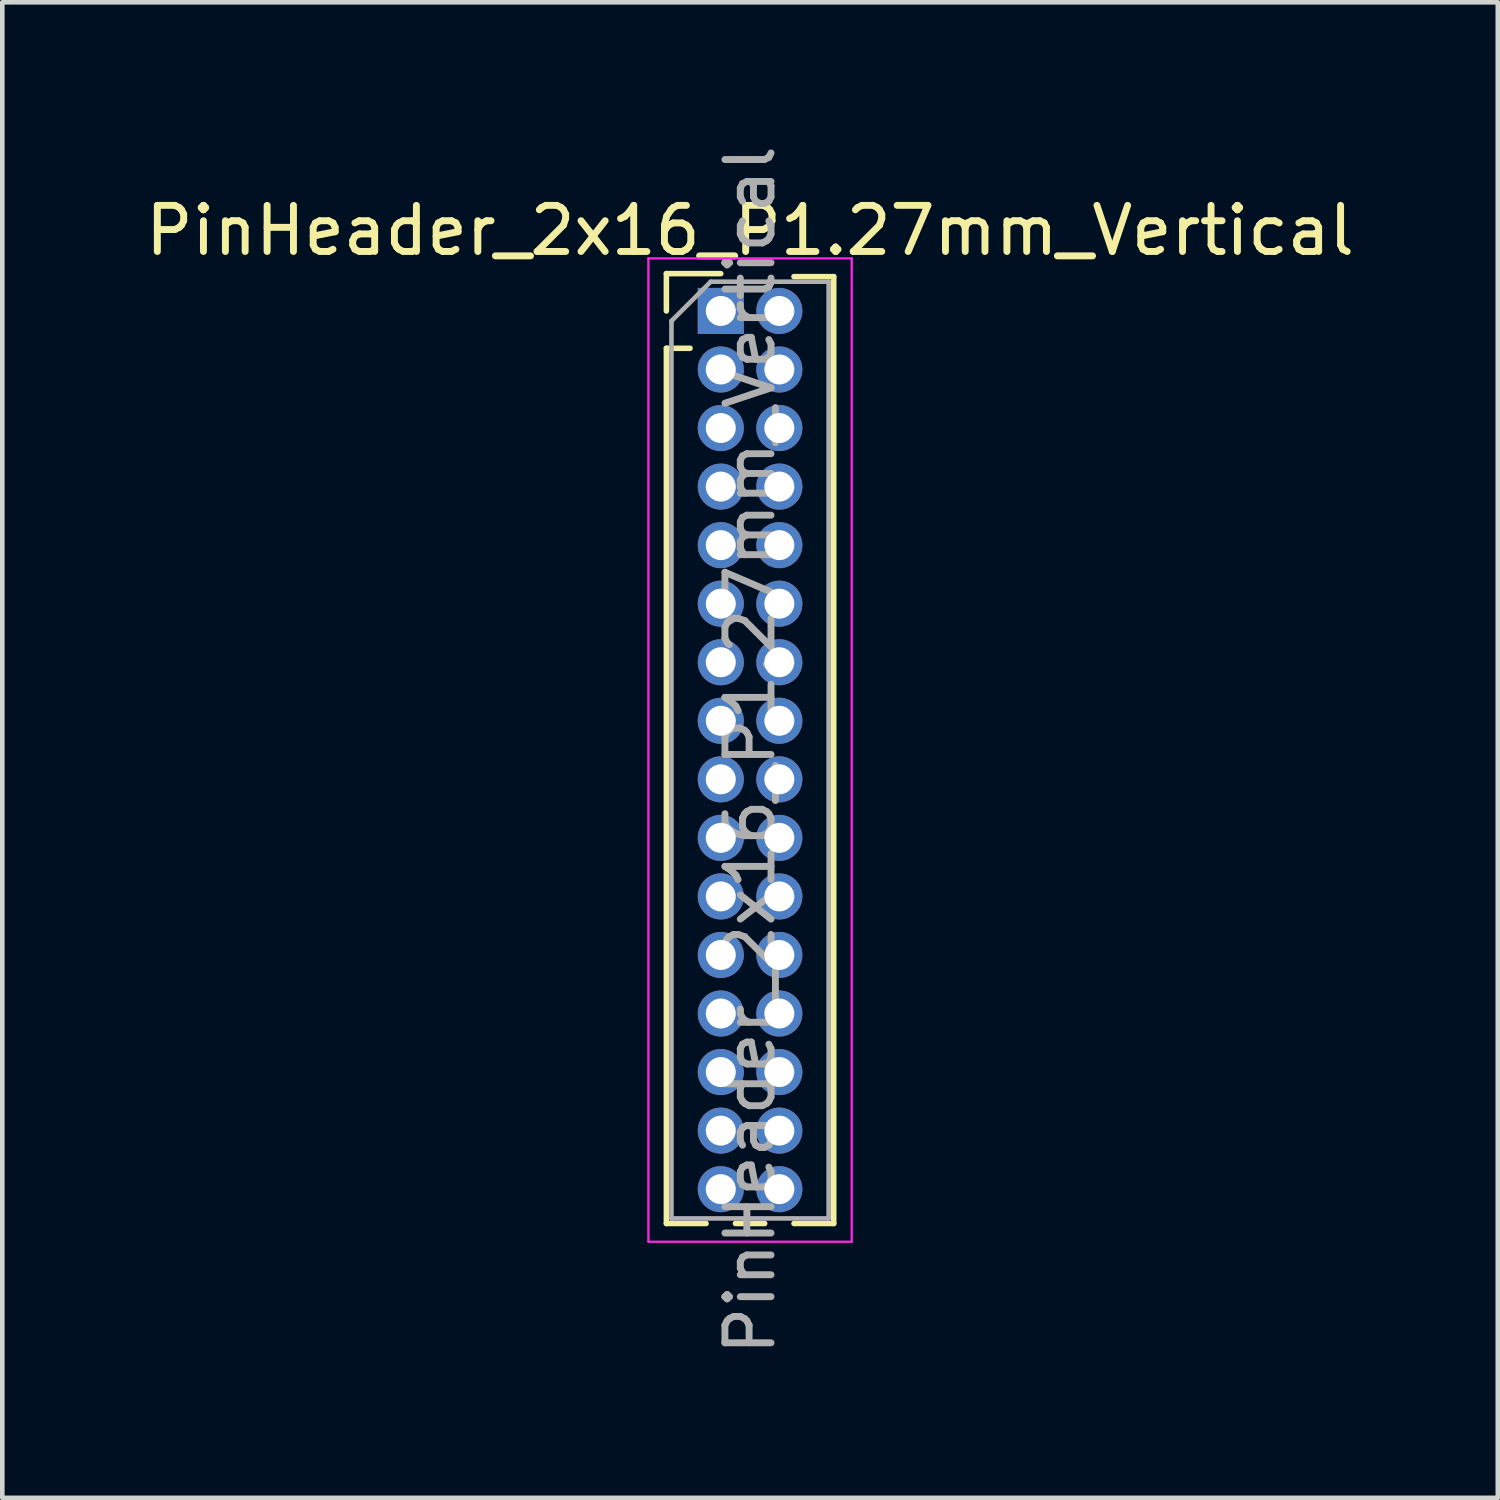
<source format=kicad_pcb>
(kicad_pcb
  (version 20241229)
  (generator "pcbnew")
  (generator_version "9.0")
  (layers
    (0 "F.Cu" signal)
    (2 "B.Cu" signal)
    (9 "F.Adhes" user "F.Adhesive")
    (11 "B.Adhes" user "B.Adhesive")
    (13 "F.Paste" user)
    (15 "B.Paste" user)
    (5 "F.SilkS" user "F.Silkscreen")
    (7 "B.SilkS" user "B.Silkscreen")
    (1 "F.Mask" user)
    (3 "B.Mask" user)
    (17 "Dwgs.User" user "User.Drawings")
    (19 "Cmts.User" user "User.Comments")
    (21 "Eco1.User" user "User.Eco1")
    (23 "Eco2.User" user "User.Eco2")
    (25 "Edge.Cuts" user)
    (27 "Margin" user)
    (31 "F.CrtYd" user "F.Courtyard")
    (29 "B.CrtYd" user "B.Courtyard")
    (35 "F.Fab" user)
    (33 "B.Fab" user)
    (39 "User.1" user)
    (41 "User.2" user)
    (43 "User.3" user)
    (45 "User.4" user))
  (footprint "PinHeader_2x16_P1.27mm_Vertical"
    (layer "F.Cu")
    (at 12.585 3.695)
    (property "Reference" "PinHeader_2x16_P1.27mm_Vertical" (at 0.635 -1.745 0) (layer "F.SilkS") (effects (font (size 1 1) (thickness 0.15))))
    (attr through_hole)
    (fp_line (start -1.18 -0.81) (end 0 -0.81) (stroke (width 0.12) (type solid)) (layer "F.SilkS"))
    (fp_line (start -1.18 0) (end -1.18 -0.81) (stroke (width 0.12) (type solid)) (layer "F.SilkS"))
    (fp_line (start -1.18 0.81) (end -1.18 19.795) (stroke (width 0.12) (type solid)) (layer "F.SilkS"))
    (fp_line (start -1.18 0.81) (end -0.667 0.81) (stroke (width 0.12) (type solid)) (layer "F.SilkS"))
    (fp_line (start -1.18 19.795) (end -0.318 19.795) (stroke (width 0.12) (type solid)) (layer "F.SilkS"))
    (fp_line (start 0.318 19.795) (end 0.952 19.795) (stroke (width 0.12) (type solid)) (layer "F.SilkS"))
    (fp_line (start 1.588 -0.745) (end 2.45 -0.745) (stroke (width 0.12) (type solid)) (layer "F.SilkS"))
    (fp_line (start 1.588 19.795) (end 2.45 19.795) (stroke (width 0.12) (type solid)) (layer "F.SilkS"))
    (fp_line (start 2.45 -0.745) (end 2.45 19.795) (stroke (width 0.12) (type solid)) (layer "F.SilkS"))
    (fp_line (start -1.57 -1.14) (end -1.57 20.19) (stroke (width 0.05) (type solid)) (layer "F.CrtYd"))
    (fp_line (start -1.57 20.19) (end 2.84 20.19) (stroke (width 0.05) (type solid)) (layer "F.CrtYd"))
    (fp_line (start 2.84 -1.14) (end -1.57 -1.14) (stroke (width 0.05) (type solid)) (layer "F.CrtYd"))
    (fp_line (start 2.84 20.19) (end 2.84 -1.14) (stroke (width 0.05) (type solid)) (layer "F.CrtYd"))
    (fp_line (start -1.07 0.217) (end -0.217 -0.635) (stroke (width 0.1) (type solid)) (layer "F.Fab"))
    (fp_line (start -1.07 19.685) (end -1.07 0.217) (stroke (width 0.1) (type solid)) (layer "F.Fab"))
    (fp_line (start -0.217 -0.635) (end 2.34 -0.635) (stroke (width 0.1) (type solid)) (layer "F.Fab"))
    (fp_line (start 2.34 -0.635) (end 2.34 19.685) (stroke (width 0.1) (type solid)) (layer "F.Fab"))
    (fp_line (start 2.34 19.685) (end -1.07 19.685) (stroke (width 0.1) (type solid)) (layer "F.Fab"))
    (fp_text user "${REFERENCE}" (at 0.635 9.525 90) (layer "F.Fab") (effects (font (size 1 1) (thickness 0.15))))
    (pad "1" thru_hole rect (at 0 0) (size 1 1) (drill 0.65) (layers "*.Cu" "*.Mask"))
    (pad "2" thru_hole circle (at 1.27 0) (size 1 1) (drill 0.65) (layers "*.Cu" "*.Mask"))
    (pad "3" thru_hole circle (at 0 1.27) (size 1 1) (drill 0.65) (layers "*.Cu" "*.Mask"))
    (pad "4" thru_hole circle (at 1.27 1.27) (size 1 1) (drill 0.65) (layers "*.Cu" "*.Mask"))
    (pad "5" thru_hole circle (at 0 2.54) (size 1 1) (drill 0.65) (layers "*.Cu" "*.Mask"))
    (pad "6" thru_hole circle (at 1.27 2.54) (size 1 1) (drill 0.65) (layers "*.Cu" "*.Mask"))
    (pad "7" thru_hole circle (at 0 3.81) (size 1 1) (drill 0.65) (layers "*.Cu" "*.Mask"))
    (pad "8" thru_hole circle (at 1.27 3.81) (size 1 1) (drill 0.65) (layers "*.Cu" "*.Mask"))
    (pad "9" thru_hole circle (at 0 5.08) (size 1 1) (drill 0.65) (layers "*.Cu" "*.Mask"))
    (pad "10" thru_hole circle (at 1.27 5.08) (size 1 1) (drill 0.65) (layers "*.Cu" "*.Mask"))
    (pad "11" thru_hole circle (at 0 6.35) (size 1 1) (drill 0.65) (layers "*.Cu" "*.Mask"))
    (pad "12" thru_hole circle (at 1.27 6.35) (size 1 1) (drill 0.65) (layers "*.Cu" "*.Mask"))
    (pad "13" thru_hole circle (at 0 7.62) (size 1 1) (drill 0.65) (layers "*.Cu" "*.Mask"))
    (pad "14" thru_hole circle (at 1.27 7.62) (size 1 1) (drill 0.65) (layers "*.Cu" "*.Mask"))
    (pad "15" thru_hole circle (at 0 8.89) (size 1 1) (drill 0.65) (layers "*.Cu" "*.Mask"))
    (pad "16" thru_hole circle (at 1.27 8.89) (size 1 1) (drill 0.65) (layers "*.Cu" "*.Mask"))
    (pad "17" thru_hole circle (at 0 10.16) (size 1 1) (drill 0.65) (layers "*.Cu" "*.Mask"))
    (pad "18" thru_hole circle (at 1.27 10.16) (size 1 1) (drill 0.65) (layers "*.Cu" "*.Mask"))
    (pad "19" thru_hole circle (at 0 11.43) (size 1 1) (drill 0.65) (layers "*.Cu" "*.Mask"))
    (pad "20" thru_hole circle (at 1.27 11.43) (size 1 1) (drill 0.65) (layers "*.Cu" "*.Mask"))
    (pad "21" thru_hole circle (at 0 12.7) (size 1 1) (drill 0.65) (layers "*.Cu" "*.Mask"))
    (pad "22" thru_hole circle (at 1.27 12.7) (size 1 1) (drill 0.65) (layers "*.Cu" "*.Mask"))
    (pad "23" thru_hole circle (at 0 13.97) (size 1 1) (drill 0.65) (layers "*.Cu" "*.Mask"))
    (pad "24" thru_hole circle (at 1.27 13.97) (size 1 1) (drill 0.65) (layers "*.Cu" "*.Mask"))
    (pad "25" thru_hole circle (at 0 15.24) (size 1 1) (drill 0.65) (layers "*.Cu" "*.Mask"))
    (pad "26" thru_hole circle (at 1.27 15.24) (size 1 1) (drill 0.65) (layers "*.Cu" "*.Mask"))
    (pad "27" thru_hole circle (at 0 16.51) (size 1 1) (drill 0.65) (layers "*.Cu" "*.Mask"))
    (pad "28" thru_hole circle (at 1.27 16.51) (size 1 1) (drill 0.65) (layers "*.Cu" "*.Mask"))
    (pad "29" thru_hole circle (at 0 17.78) (size 1 1) (drill 0.65) (layers "*.Cu" "*.Mask"))
    (pad "30" thru_hole circle (at 1.27 17.78) (size 1 1) (drill 0.65) (layers "*.Cu" "*.Mask"))
    (pad "31" thru_hole circle (at 0 19.05) (size 1 1) (drill 0.65) (layers "*.Cu" "*.Mask"))
    (pad "32" thru_hole circle (at 1.27 19.05) (size 1 1) (drill 0.65) (layers "*.Cu" "*.Mask")))
  (gr_rect
    (start -3 -3)
    (end 29.44 29.44)
    (stroke (width 0.1) (type default))
    (fill no)
    (layer "Edge.Cuts")))
</source>
